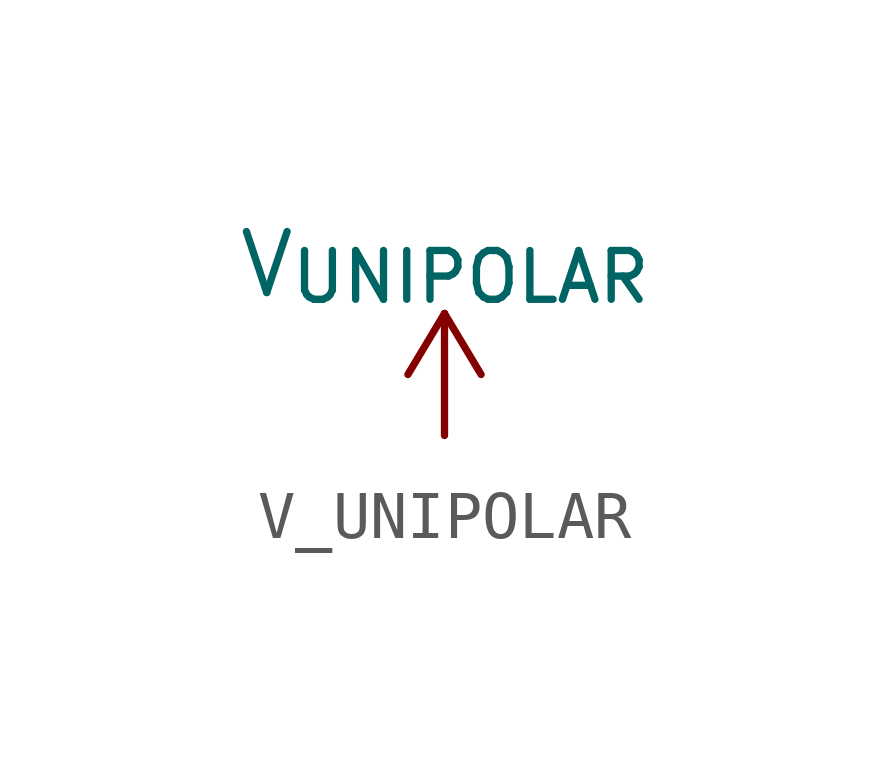
<source format=kicad_sym>
(kicad_symbol_lib
  (version 20220914)
  (generator kicad_symbol_editor)
  (symbol "V_UNIPOLAR"
    (power)
    (pin_names
      (offset 0))
    (property "Reference" "#PWR"
      (at 0 -3.81 0)
      (effects (font (size 1.27 1.27)) hide))
    (property "Value" "V_{UNIPOLAR}"
      (at 0 3.556 0)
      (effects (font (size 1.27 1.27))))
    (symbol "V_UNIPOLAR_0_1"
      (polyline (pts (xy -0.762 1.27) (xy 0 2.54)) (stroke (width 0) (type default)) (fill (type none)))
      (polyline (pts (xy 0 0) (xy 0 2.54)) (stroke (width 0) (type default)) (fill (type none)))
      (polyline (pts (xy 0 2.54) (xy 0.762 1.27)) (stroke (width 0) (type default)) (fill (type none))))
    (symbol "V_UNIPOLAR_1_1"
      (pin power_in line (at 0 0 90) (length 0) hide (name "V_UNIPOLAR" (effects (font (size 1.27 1.27)))) (number "1" (effects (font (size 1.27 1.27))))))))
</source>
